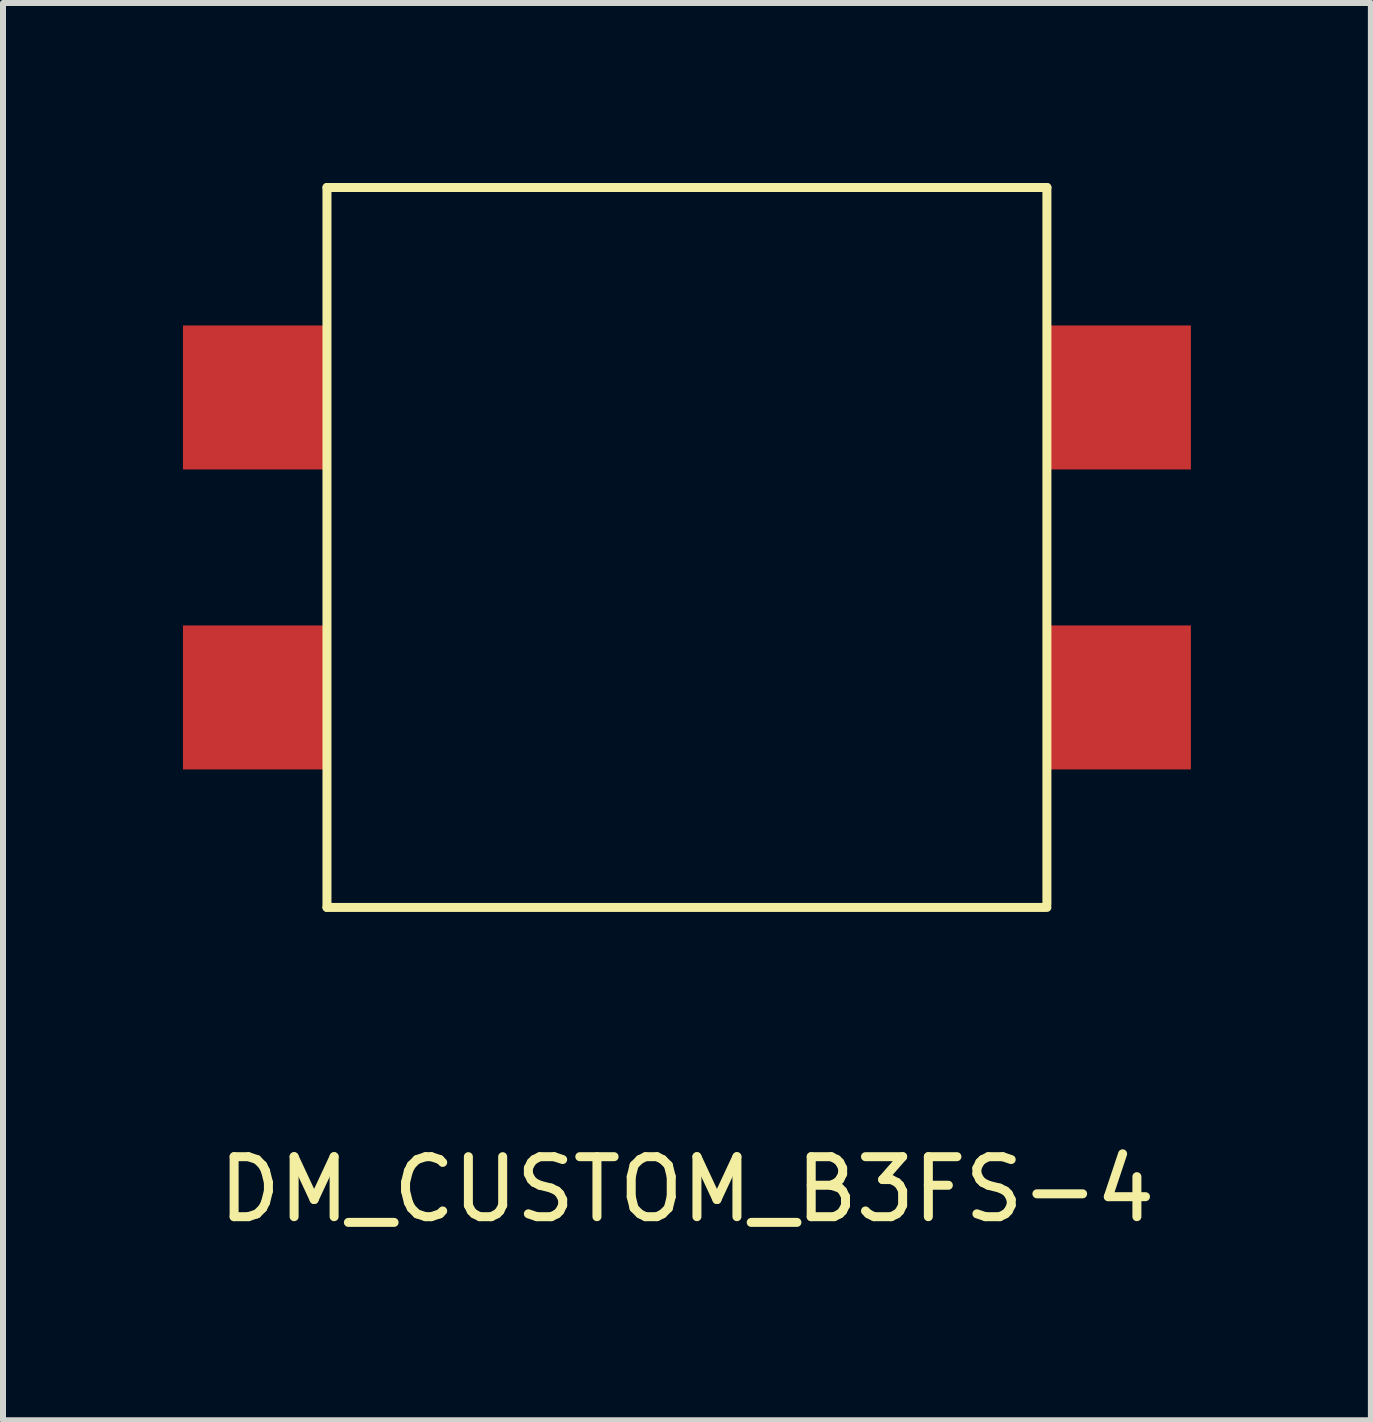
<source format=kicad_pcb>
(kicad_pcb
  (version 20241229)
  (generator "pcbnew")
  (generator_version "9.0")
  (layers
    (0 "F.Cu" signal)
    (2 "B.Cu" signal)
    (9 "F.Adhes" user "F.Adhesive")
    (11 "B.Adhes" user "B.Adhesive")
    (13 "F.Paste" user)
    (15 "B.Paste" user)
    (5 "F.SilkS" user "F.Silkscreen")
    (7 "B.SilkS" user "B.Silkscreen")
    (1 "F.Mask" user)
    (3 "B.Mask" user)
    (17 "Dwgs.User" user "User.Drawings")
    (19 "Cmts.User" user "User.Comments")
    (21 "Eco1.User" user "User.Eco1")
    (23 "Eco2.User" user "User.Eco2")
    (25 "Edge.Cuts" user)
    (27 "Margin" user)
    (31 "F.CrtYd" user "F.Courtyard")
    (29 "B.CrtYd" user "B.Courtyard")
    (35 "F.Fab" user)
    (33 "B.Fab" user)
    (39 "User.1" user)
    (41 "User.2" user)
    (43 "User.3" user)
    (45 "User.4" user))
  (footprint "DM_CUSTOM_B3FS-4"
    (layer "F.Cu")
    (at 8.4 6.075)
    (property "Reference" "DM_CUSTOM_B3FS-4" (at 0 10.7 0) (layer "F.SilkS") (effects (font (size 1 1) (thickness 0.15))))
    (attr through_hole)
    (fp_line (start -6 -6) (end 6 -6) (stroke (width 0.15) (type solid)) (layer "F.SilkS"))
    (fp_line (start -6 6) (end -6 -6) (stroke (width 0.15) (type solid)) (layer "F.SilkS"))
    (fp_line (start 6 -6) (end 6 5.95) (stroke (width 0.15) (type solid)) (layer "F.SilkS"))
    (fp_line (start 6 6) (end -6 6) (stroke (width 0.15) (type solid)) (layer "F.SilkS"))
    (pad "1" smd rect (at 7.2 2.5) (size 2.4 2.4) (layers "F.Cu" "F.Mask" "F.Paste"))
    (pad "2" smd rect (at -7.2 2.5) (size 2.4 2.4) (layers "F.Cu" "F.Mask" "F.Paste"))
    (pad "3" smd rect (at 7.2 -2.5) (size 2.4 2.4) (layers "F.Cu" "F.Mask" "F.Paste"))
    (pad "4" smd rect (at -7.2 -2.5) (size 2.4 2.4) (layers "F.Cu" "F.Mask" "F.Paste")))
  (gr_rect
    (start -3 -3)
    (end 19.8 20.623)
    (stroke (width 0.1) (type default))
    (fill no)
    (layer "Edge.Cuts")))
</source>
